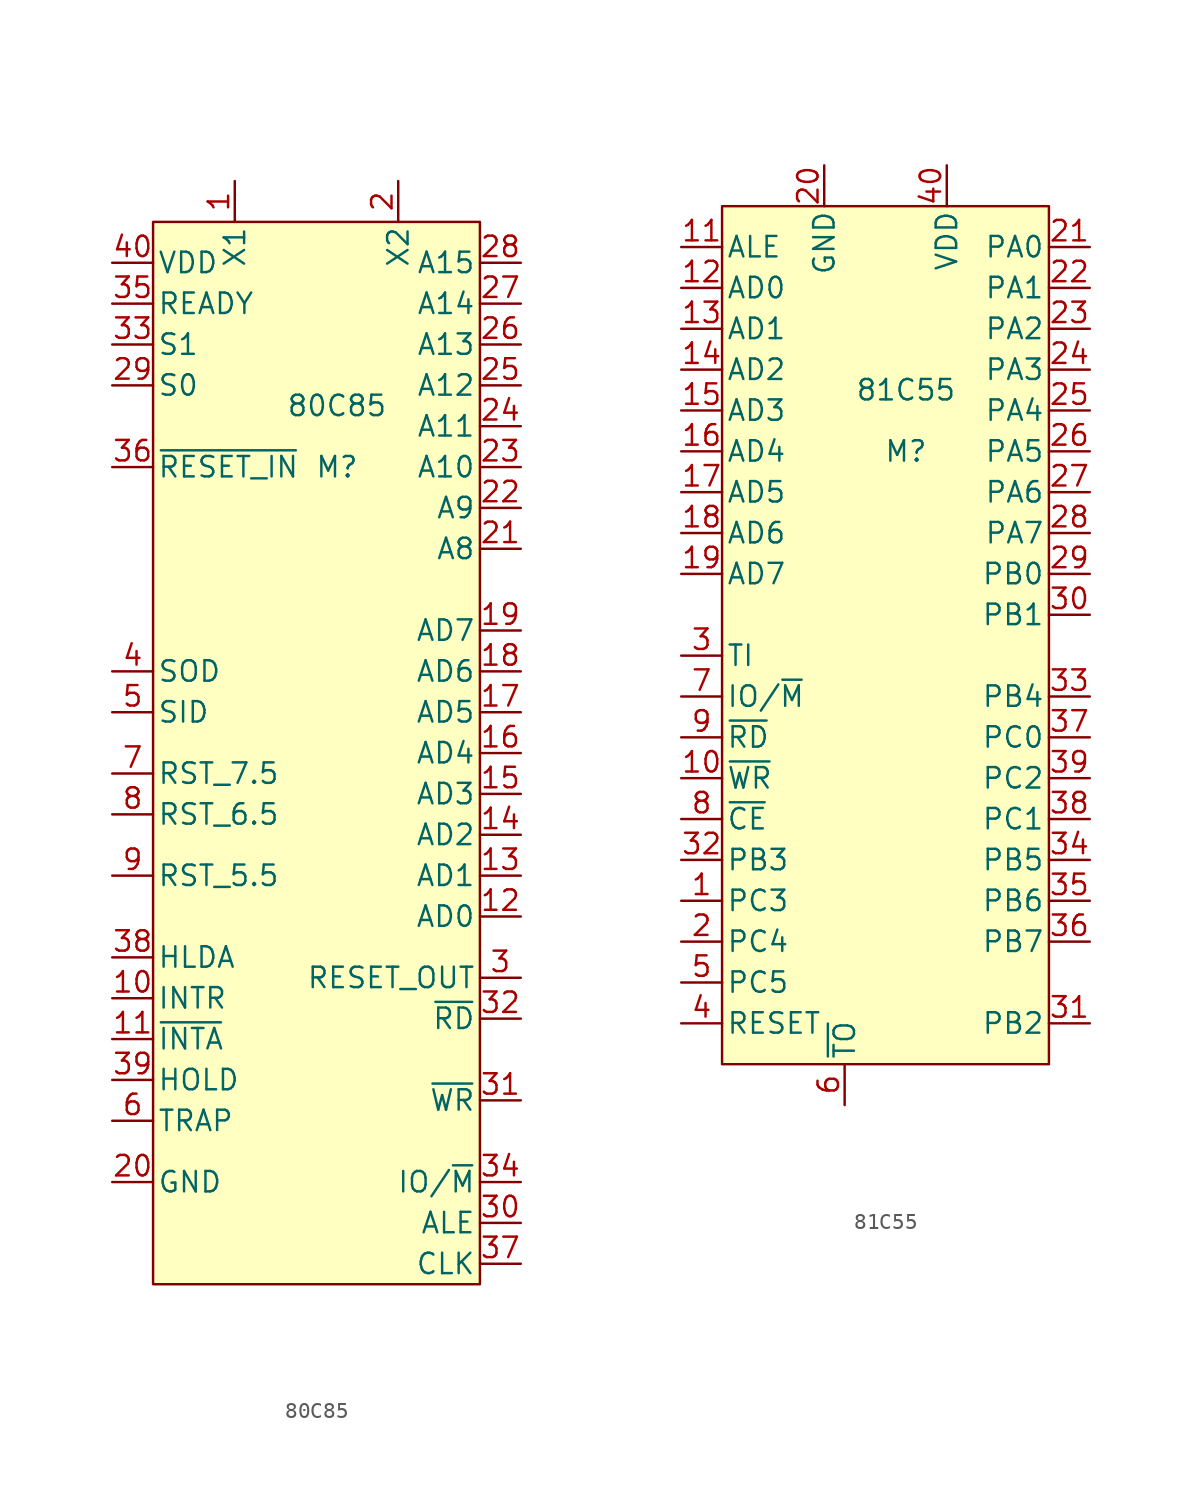
<source format=kicad_sym>
(kicad_symbol_lib
  (version 20211014)
  (generator kicad_symbol_editor)
  (symbol "80C85"
    (pin_names
      (offset 0.254))
    (property "Reference" "M"
      (at 1.27 13.97 0)
      (effects (font (size 1.27 1.27))))
    (property "Value" "80C85"
      (at 1.27 17.78 0)
      (effects (font (size 1.27 1.27))))
    (symbol "80C85_0_0"
      (pin bidirectional line (at 12.7 -13.97 180) (length 2.54) (name "AD0" (effects (font (size 1.27 1.27)))) (number "12" (effects (font (size 1.27 1.27)))))
      (pin bidirectional line (at 12.7 -11.43 180) (length 2.54) (name "AD1" (effects (font (size 1.27 1.27)))) (number "13" (effects (font (size 1.27 1.27)))))
      (pin bidirectional line (at 12.7 -8.89 180) (length 2.54) (name "AD2" (effects (font (size 1.27 1.27)))) (number "14" (effects (font (size 1.27 1.27)))))
      (pin bidirectional line (at 12.7 -6.35 180) (length 2.54) (name "AD3" (effects (font (size 1.27 1.27)))) (number "15" (effects (font (size 1.27 1.27)))))
      (pin bidirectional line (at 12.7 -3.81 180) (length 2.54) (name "AD4" (effects (font (size 1.27 1.27)))) (number "16" (effects (font (size 1.27 1.27)))))
      (pin bidirectional line (at 12.7 -1.27 180) (length 2.54) (name "AD5" (effects (font (size 1.27 1.27)))) (number "17" (effects (font (size 1.27 1.27)))))
      (pin bidirectional line (at 12.7 1.27 180) (length 2.54) (name "AD6" (effects (font (size 1.27 1.27)))) (number "18" (effects (font (size 1.27 1.27)))))
      (pin bidirectional line (at 12.7 3.81 180) (length 2.54) (name "AD7" (effects (font (size 1.27 1.27)))) (number "19" (effects (font (size 1.27 1.27)))))
      (pin output line (at 12.7 8.89 180) (length 2.54) (name "A8" (effects (font (size 1.27 1.27)))) (number "21" (effects (font (size 1.27 1.27)))))
      (pin output line (at 12.7 11.43 180) (length 2.54) (name "A9" (effects (font (size 1.27 1.27)))) (number "22" (effects (font (size 1.27 1.27)))))
      (pin output line (at 12.7 13.97 180) (length 2.54) (name "A10" (effects (font (size 1.27 1.27)))) (number "23" (effects (font (size 1.27 1.27)))))
      (pin output line (at 12.7 16.51 180) (length 2.54) (name "A11" (effects (font (size 1.27 1.27)))) (number "24" (effects (font (size 1.27 1.27)))))
      (pin output line (at 12.7 19.05 180) (length 2.54) (name "A12" (effects (font (size 1.27 1.27)))) (number "25" (effects (font (size 1.27 1.27)))))
      (pin output line (at 12.7 21.59 180) (length 2.54) (name "A13" (effects (font (size 1.27 1.27)))) (number "26" (effects (font (size 1.27 1.27)))))
      (pin output line (at 12.7 24.13 180) (length 2.54) (name "A14" (effects (font (size 1.27 1.27)))) (number "27" (effects (font (size 1.27 1.27)))))
      (pin output line (at 12.7 -33.02 180) (length 2.54) (name "ALE" (effects (font (size 1.27 1.27)))) (number "30" (effects (font (size 1.27 1.27)))))
      (pin output line (at 12.7 -25.4 180) (length 2.54) (name "~{WR}" (effects (font (size 1.27 1.27)))) (number "31" (effects (font (size 1.27 1.27)))))
      (pin output line (at 12.7 -20.32 180) (length 2.54) (name "~{RD}" (effects (font (size 1.27 1.27)))) (number "32" (effects (font (size 1.27 1.27)))))
      (pin output line (at 12.7 -30.48 180) (length 2.54) (name "IO/~{M}" (effects (font (size 1.27 1.27)))) (number "34" (effects (font (size 1.27 1.27)))))
      (pin output line (at 12.7 -35.56 180) (length 2.54) (name "CLK" (effects (font (size 1.27 1.27)))) (number "37" (effects (font (size 1.27 1.27))))))
    (symbol "80C85_0_1"
      (rectangle (start -10.16 29.21) (end 10.16 -36.83) (stroke (width 0) (type default) (color 0 0 0 0)) (fill (type background))))
    (symbol "80C85_1_1"
      (pin passive line (at -5.08 31.75 270) (length 2.54) (name "X1" (effects (font (size 1.27 1.27)))) (number "1" (effects (font (size 1.27 1.27)))))
      (pin input line (at -12.7 -19.05 0) (length 2.54) (name "INTR" (effects (font (size 1.27 1.27)))) (number "10" (effects (font (size 1.27 1.27)))))
      (pin output line (at -12.7 -21.59 0) (length 2.54) (name "~{INTA}" (effects (font (size 1.27 1.27)))) (number "11" (effects (font (size 1.27 1.27)))))
      (pin passive line (at 5.08 31.75 270) (length 2.54) (name "X2" (effects (font (size 1.27 1.27)))) (number "2" (effects (font (size 1.27 1.27)))))
      (pin power_in line (at -12.7 -30.48 0) (length 2.54) (name "GND" (effects (font (size 1.27 1.27)))) (number "20" (effects (font (size 1.27 1.27)))))
      (pin output line (at 12.7 26.67 180) (length 2.54) (name "A15" (effects (font (size 1.27 1.27)))) (number "28" (effects (font (size 1.27 1.27)))))
      (pin output line (at -12.7 19.05 0) (length 2.54) (name "S0" (effects (font (size 1.27 1.27)))) (number "29" (effects (font (size 1.27 1.27)))))
      (pin output line (at 12.7 -17.78 180) (length 2.54) (name "RESET_OUT" (effects (font (size 1.27 1.27)))) (number "3" (effects (font (size 1.27 1.27)))))
      (pin output line (at -12.7 21.59 0) (length 2.54) (name "S1" (effects (font (size 1.27 1.27)))) (number "33" (effects (font (size 1.27 1.27)))))
      (pin input line (at -12.7 24.13 0) (length 2.54) (name "READY" (effects (font (size 1.27 1.27)))) (number "35" (effects (font (size 1.27 1.27)))))
      (pin input line (at -12.7 13.97 0) (length 2.54) (name "~{RESET_IN}" (effects (font (size 1.27 1.27)))) (number "36" (effects (font (size 1.27 1.27)))))
      (pin output line (at -12.7 -16.51 0) (length 2.54) (name "HLDA" (effects (font (size 1.27 1.27)))) (number "38" (effects (font (size 1.27 1.27)))))
      (pin input line (at -12.7 -24.13 0) (length 2.54) (name "HOLD" (effects (font (size 1.27 1.27)))) (number "39" (effects (font (size 1.27 1.27)))))
      (pin output line (at -12.7 1.27 0) (length 2.54) (name "SOD" (effects (font (size 1.27 1.27)))) (number "4" (effects (font (size 1.27 1.27)))))
      (pin power_in line (at -12.7 26.67 0) (length 2.54) (name "VDD" (effects (font (size 1.27 1.27)))) (number "40" (effects (font (size 1.27 1.27)))))
      (pin input line (at -12.7 -1.27 0) (length 2.54) (name "SID" (effects (font (size 1.27 1.27)))) (number "5" (effects (font (size 1.27 1.27)))))
      (pin input line (at -12.7 -26.67 0) (length 2.54) (name "TRAP" (effects (font (size 1.27 1.27)))) (number "6" (effects (font (size 1.27 1.27)))))
      (pin input line (at -12.7 -5.08 0) (length 2.54) (name "RST_7.5" (effects (font (size 1.27 1.27)))) (number "7" (effects (font (size 1.27 1.27)))))
      (pin input line (at -12.7 -7.62 0) (length 2.54) (name "RST_6.5" (effects (font (size 1.27 1.27)))) (number "8" (effects (font (size 1.27 1.27)))))
      (pin input line (at -12.7 -11.43 0) (length 2.54) (name "RST_5.5" (effects (font (size 1.27 1.27)))) (number "9" (effects (font (size 1.27 1.27)))))))
  (symbol "81C55"
    (pin_names
      (offset 0.254))
    (property "Reference" "M"
      (at 1.27 11.43 0)
      (effects (font (size 1.27 1.27))))
    (property "Value" "81C55"
      (at 1.27 15.24 0)
      (effects (font (size 1.27 1.27))))
    (symbol "81C55_0_0"
      (pin bidirectional line (at -12.7 -16.51 0) (length 2.54) (name "PC3" (effects (font (size 1.27 1.27)))) (number "1" (effects (font (size 1.27 1.27)))))
      (pin input line (at -12.7 -8.89 0) (length 2.54) (name "~{WR}" (effects (font (size 1.27 1.27)))) (number "10" (effects (font (size 1.27 1.27)))))
      (pin bidirectional line (at -12.7 21.59 0) (length 2.54) (name "AD0" (effects (font (size 1.27 1.27)))) (number "12" (effects (font (size 1.27 1.27)))))
      (pin bidirectional line (at -12.7 19.05 0) (length 2.54) (name "AD1" (effects (font (size 1.27 1.27)))) (number "13" (effects (font (size 1.27 1.27)))))
      (pin bidirectional line (at -12.7 16.51 0) (length 2.54) (name "AD2" (effects (font (size 1.27 1.27)))) (number "14" (effects (font (size 1.27 1.27)))))
      (pin bidirectional line (at -12.7 13.97 0) (length 2.54) (name "AD3" (effects (font (size 1.27 1.27)))) (number "15" (effects (font (size 1.27 1.27)))))
      (pin bidirectional line (at -12.7 11.43 0) (length 2.54) (name "AD4" (effects (font (size 1.27 1.27)))) (number "16" (effects (font (size 1.27 1.27)))))
      (pin bidirectional line (at -12.7 8.89 0) (length 2.54) (name "AD5" (effects (font (size 1.27 1.27)))) (number "17" (effects (font (size 1.27 1.27)))))
      (pin bidirectional line (at -12.7 6.35 0) (length 2.54) (name "AD6" (effects (font (size 1.27 1.27)))) (number "18" (effects (font (size 1.27 1.27)))))
      (pin bidirectional line (at -12.7 3.81 0) (length 2.54) (name "AD7" (effects (font (size 1.27 1.27)))) (number "19" (effects (font (size 1.27 1.27)))))
      (pin bidirectional line (at -12.7 -19.05 0) (length 2.54) (name "PC4" (effects (font (size 1.27 1.27)))) (number "2" (effects (font (size 1.27 1.27)))))
      (pin output line (at 12.7 21.59 180) (length 2.54) (name "PA1" (effects (font (size 1.27 1.27)))) (number "22" (effects (font (size 1.27 1.27)))))
      (pin output line (at 12.7 19.05 180) (length 2.54) (name "PA2" (effects (font (size 1.27 1.27)))) (number "23" (effects (font (size 1.27 1.27)))))
      (pin output line (at 12.7 16.51 180) (length 2.54) (name "PA3" (effects (font (size 1.27 1.27)))) (number "24" (effects (font (size 1.27 1.27)))))
      (pin output line (at 12.7 13.97 180) (length 2.54) (name "PA4" (effects (font (size 1.27 1.27)))) (number "25" (effects (font (size 1.27 1.27)))))
      (pin output line (at 12.7 11.43 180) (length 2.54) (name "PA5" (effects (font (size 1.27 1.27)))) (number "26" (effects (font (size 1.27 1.27)))))
      (pin output line (at 12.7 8.89 180) (length 2.54) (name "PA6" (effects (font (size 1.27 1.27)))) (number "27" (effects (font (size 1.27 1.27)))))
      (pin output line (at 12.7 6.35 180) (length 2.54) (name "PA7" (effects (font (size 1.27 1.27)))) (number "28" (effects (font (size 1.27 1.27)))))
      (pin bidirectional line (at 12.7 3.81 180) (length 2.54) (name "PB0" (effects (font (size 1.27 1.27)))) (number "29" (effects (font (size 1.27 1.27)))))
      (pin bidirectional line (at 12.7 1.27 180) (length 2.54) (name "PB1" (effects (font (size 1.27 1.27)))) (number "30" (effects (font (size 1.27 1.27)))))
      (pin output line (at 12.7 -24.13 180) (length 2.54) (name "PB2" (effects (font (size 1.27 1.27)))) (number "31" (effects (font (size 1.27 1.27)))))
      (pin bidirectional line (at -12.7 -13.97 0) (length 2.54) (name "PB3" (effects (font (size 1.27 1.27)))) (number "32" (effects (font (size 1.27 1.27)))))
      (pin bidirectional line (at 12.7 -3.81 180) (length 2.54) (name "PB4" (effects (font (size 1.27 1.27)))) (number "33" (effects (font (size 1.27 1.27)))))
      (pin bidirectional line (at 12.7 -13.97 180) (length 2.54) (name "PB5" (effects (font (size 1.27 1.27)))) (number "34" (effects (font (size 1.27 1.27)))))
      (pin bidirectional line (at 12.7 -16.51 180) (length 2.54) (name "PB6" (effects (font (size 1.27 1.27)))) (number "35" (effects (font (size 1.27 1.27)))))
      (pin bidirectional line (at 12.7 -19.05 180) (length 2.54) (name "PB7" (effects (font (size 1.27 1.27)))) (number "36" (effects (font (size 1.27 1.27)))))
      (pin bidirectional line (at 12.7 -6.35 180) (length 2.54) (name "PC0" (effects (font (size 1.27 1.27)))) (number "37" (effects (font (size 1.27 1.27)))))
      (pin bidirectional line (at 12.7 -11.43 180) (length 2.54) (name "PC1" (effects (font (size 1.27 1.27)))) (number "38" (effects (font (size 1.27 1.27)))))
      (pin bidirectional line (at 12.7 -8.89 180) (length 2.54) (name "PC2" (effects (font (size 1.27 1.27)))) (number "39" (effects (font (size 1.27 1.27)))))
      (pin bidirectional line (at -12.7 -21.59 0) (length 2.54) (name "PC5" (effects (font (size 1.27 1.27)))) (number "5" (effects (font (size 1.27 1.27)))))
      (pin output line (at -12.7 -3.81 0) (length 2.54) (name "IO/~{M}" (effects (font (size 1.27 1.27)))) (number "7" (effects (font (size 1.27 1.27)))))
      (pin input line (at -12.7 -11.43 0) (length 2.54) (name "~{CE}" (effects (font (size 1.27 1.27)))) (number "8" (effects (font (size 1.27 1.27)))))
      (pin input line (at -12.7 -6.35 0) (length 2.54) (name "~{RD}" (effects (font (size 1.27 1.27)))) (number "9" (effects (font (size 1.27 1.27))))))
    (symbol "81C55_0_1"
      (rectangle (start -10.16 26.67) (end 10.16 -26.67) (stroke (width 0) (type default) (color 0 0 0 0)) (fill (type background))))
    (symbol "81C55_1_1"
      (pin input line (at -12.7 24.13 0) (length 2.54) (name "ALE" (effects (font (size 1.27 1.27)))) (number "11" (effects (font (size 1.27 1.27)))))
      (pin power_in line (at -3.81 29.21 270) (length 2.54) (name "GND" (effects (font (size 1.27 1.27)))) (number "20" (effects (font (size 1.27 1.27)))))
      (pin output line (at 12.7 24.13 180) (length 2.54) (name "PA0" (effects (font (size 1.27 1.27)))) (number "21" (effects (font (size 1.27 1.27)))))
      (pin input line (at -12.7 -1.27 0) (length 2.54) (name "TI" (effects (font (size 1.27 1.27)))) (number "3" (effects (font (size 1.27 1.27)))))
      (pin input line (at -12.7 -24.13 0) (length 2.54) (name "RESET" (effects (font (size 1.27 1.27)))) (number "4" (effects (font (size 1.27 1.27)))))
      (pin power_in line (at 3.81 29.21 270) (length 2.54) (name "VDD" (effects (font (size 1.27 1.27)))) (number "40" (effects (font (size 1.27 1.27)))))
      (pin output line (at -2.54 -29.21 90) (length 2.54) (name "~{TO}" (effects (font (size 1.27 1.27)))) (number "6" (effects (font (size 1.27 1.27))))))))
</source>
